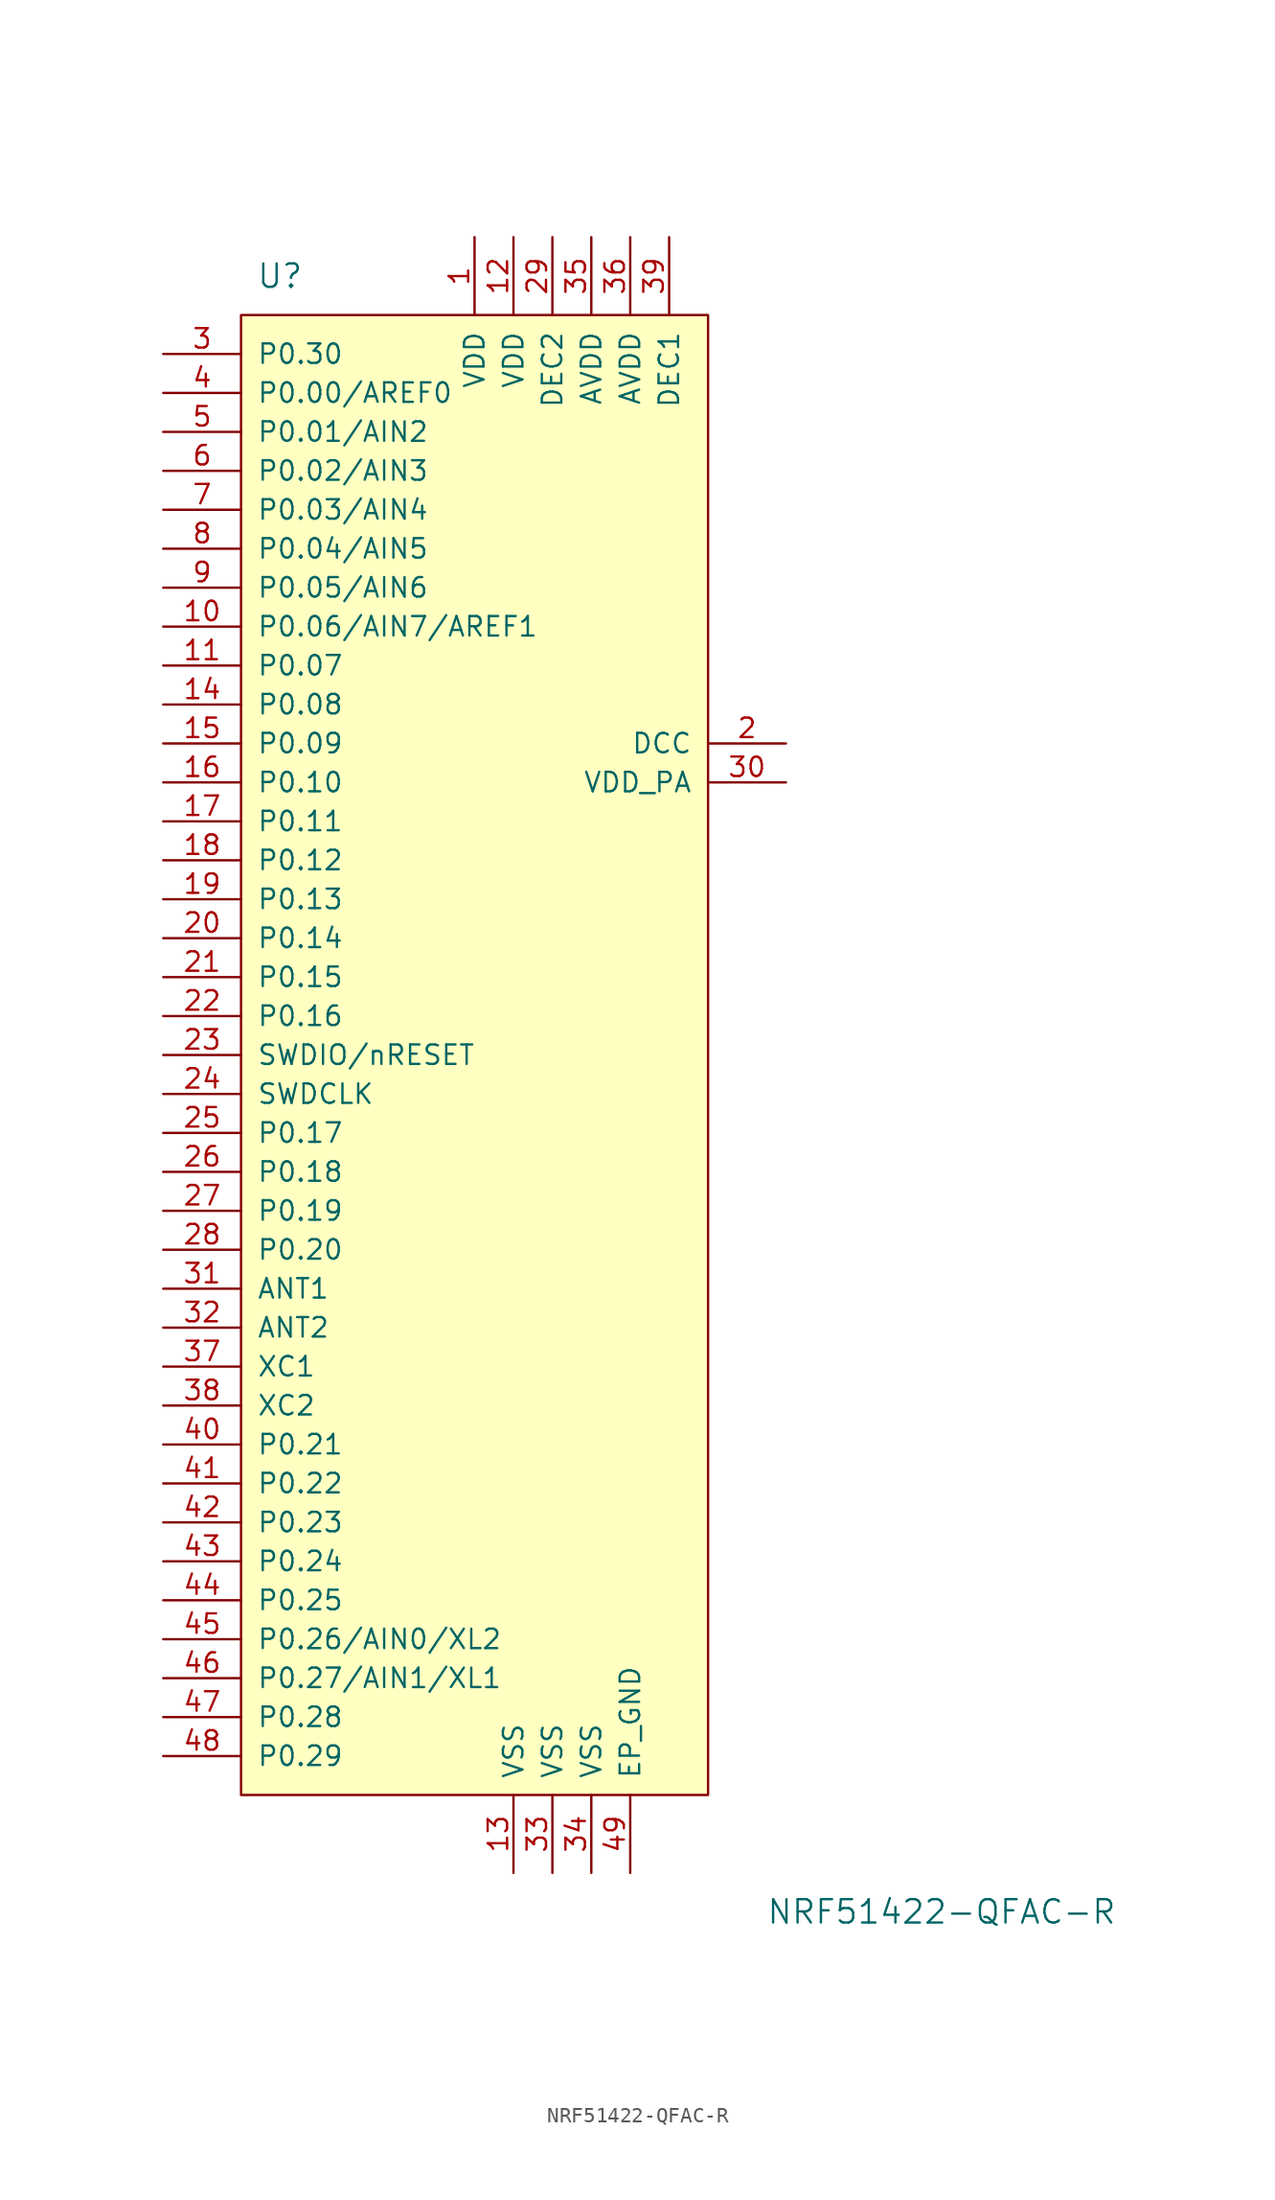
<source format=kicad_sym>
(kicad_symbol_lib
  (version 20220914)
  (generator kicad_symbol_editor)
  (symbol "NRF51422-QFAC-R"
    (pin_names
      (offset 1.016))
    (property "Reference" "U"
      (at -17.78 45.72 0)
      (effects (font (size 1.524 1.524))))
    (property "Value" "NRF51422-QFAC-R"
      (at 25.4 -60.96 0)
      (effects (font (size 1.524 1.524))))
    (symbol "NRF51422-QFAC-R_0_1"
      (rectangle (start -20.32 43.18) (end 10.16 -53.34) (stroke (width 0) (type solid)) (fill (type background))))
    (symbol "NRF51422-QFAC-R_1_1"
      (pin power_in line (at -5.08 48.26 270) (length 5.08) (name "VDD" (effects (font (size 1.27 1.27)))) (number "1" (effects (font (size 1.27 1.27)))))
      (pin bidirectional line (at -25.4 22.86 0) (length 5.08) (name "P0.06/AIN7/AREF1" (effects (font (size 1.27 1.27)))) (number "10" (effects (font (size 1.27 1.27)))))
      (pin bidirectional line (at -25.4 20.32 0) (length 5.08) (name "P0.07" (effects (font (size 1.27 1.27)))) (number "11" (effects (font (size 1.27 1.27)))))
      (pin power_in line (at -2.54 48.26 270) (length 5.08) (name "VDD" (effects (font (size 1.27 1.27)))) (number "12" (effects (font (size 1.27 1.27)))))
      (pin power_in line (at -2.54 -58.42 90) (length 5.08) (name "VSS" (effects (font (size 1.27 1.27)))) (number "13" (effects (font (size 1.27 1.27)))))
      (pin bidirectional line (at -25.4 17.78 0) (length 5.08) (name "P0.08" (effects (font (size 1.27 1.27)))) (number "14" (effects (font (size 1.27 1.27)))))
      (pin bidirectional line (at -25.4 15.24 0) (length 5.08) (name "P0.09" (effects (font (size 1.27 1.27)))) (number "15" (effects (font (size 1.27 1.27)))))
      (pin bidirectional line (at -25.4 12.7 0) (length 5.08) (name "P0.10" (effects (font (size 1.27 1.27)))) (number "16" (effects (font (size 1.27 1.27)))))
      (pin bidirectional line (at -25.4 10.16 0) (length 5.08) (name "P0.11" (effects (font (size 1.27 1.27)))) (number "17" (effects (font (size 1.27 1.27)))))
      (pin bidirectional line (at -25.4 7.62 0) (length 5.08) (name "P0.12" (effects (font (size 1.27 1.27)))) (number "18" (effects (font (size 1.27 1.27)))))
      (pin bidirectional line (at -25.4 5.08 0) (length 5.08) (name "P0.13" (effects (font (size 1.27 1.27)))) (number "19" (effects (font (size 1.27 1.27)))))
      (pin power_out line (at 15.24 15.24 180) (length 5.08) (name "DCC" (effects (font (size 1.27 1.27)))) (number "2" (effects (font (size 1.27 1.27)))))
      (pin bidirectional line (at -25.4 2.54 0) (length 5.08) (name "P0.14" (effects (font (size 1.27 1.27)))) (number "20" (effects (font (size 1.27 1.27)))))
      (pin bidirectional line (at -25.4 0 0) (length 5.08) (name "P0.15" (effects (font (size 1.27 1.27)))) (number "21" (effects (font (size 1.27 1.27)))))
      (pin bidirectional line (at -25.4 -2.54 0) (length 5.08) (name "P0.16" (effects (font (size 1.27 1.27)))) (number "22" (effects (font (size 1.27 1.27)))))
      (pin bidirectional line (at -25.4 -5.08 0) (length 5.08) (name "SWDIO/nRESET" (effects (font (size 1.27 1.27)))) (number "23" (effects (font (size 1.27 1.27)))))
      (pin input line (at -25.4 -7.62 0) (length 5.08) (name "SWDCLK" (effects (font (size 1.27 1.27)))) (number "24" (effects (font (size 1.27 1.27)))))
      (pin bidirectional line (at -25.4 -10.16 0) (length 5.08) (name "P0.17" (effects (font (size 1.27 1.27)))) (number "25" (effects (font (size 1.27 1.27)))))
      (pin bidirectional line (at -25.4 -12.7 0) (length 5.08) (name "P0.18" (effects (font (size 1.27 1.27)))) (number "26" (effects (font (size 1.27 1.27)))))
      (pin bidirectional line (at -25.4 -15.24 0) (length 5.08) (name "P0.19" (effects (font (size 1.27 1.27)))) (number "27" (effects (font (size 1.27 1.27)))))
      (pin bidirectional line (at -25.4 -17.78 0) (length 5.08) (name "P0.20" (effects (font (size 1.27 1.27)))) (number "28" (effects (font (size 1.27 1.27)))))
      (pin power_in line (at 0 48.26 270) (length 5.08) (name "DEC2" (effects (font (size 1.27 1.27)))) (number "29" (effects (font (size 1.27 1.27)))))
      (pin bidirectional line (at -25.4 40.64 0) (length 5.08) (name "P0.30" (effects (font (size 1.27 1.27)))) (number "3" (effects (font (size 1.27 1.27)))))
      (pin power_out line (at 15.24 12.7 180) (length 5.08) (name "VDD_PA" (effects (font (size 1.27 1.27)))) (number "30" (effects (font (size 1.27 1.27)))))
      (pin input line (at -25.4 -20.32 0) (length 5.08) (name "ANT1" (effects (font (size 1.27 1.27)))) (number "31" (effects (font (size 1.27 1.27)))))
      (pin input line (at -25.4 -22.86 0) (length 5.08) (name "ANT2" (effects (font (size 1.27 1.27)))) (number "32" (effects (font (size 1.27 1.27)))))
      (pin power_in line (at 0 -58.42 90) (length 5.08) (name "VSS" (effects (font (size 1.27 1.27)))) (number "33" (effects (font (size 1.27 1.27)))))
      (pin power_in line (at 2.54 -58.42 90) (length 5.08) (name "VSS" (effects (font (size 1.27 1.27)))) (number "34" (effects (font (size 1.27 1.27)))))
      (pin power_in line (at 2.54 48.26 270) (length 5.08) (name "AVDD" (effects (font (size 1.27 1.27)))) (number "35" (effects (font (size 1.27 1.27)))))
      (pin power_in line (at 5.08 48.26 270) (length 5.08) (name "AVDD" (effects (font (size 1.27 1.27)))) (number "36" (effects (font (size 1.27 1.27)))))
      (pin input line (at -25.4 -25.4 0) (length 5.08) (name "XC1" (effects (font (size 1.27 1.27)))) (number "37" (effects (font (size 1.27 1.27)))))
      (pin input line (at -25.4 -27.94 0) (length 5.08) (name "XC2" (effects (font (size 1.27 1.27)))) (number "38" (effects (font (size 1.27 1.27)))))
      (pin power_in line (at 7.62 48.26 270) (length 5.08) (name "DEC1" (effects (font (size 1.27 1.27)))) (number "39" (effects (font (size 1.27 1.27)))))
      (pin bidirectional line (at -25.4 38.1 0) (length 5.08) (name "P0.00/AREF0" (effects (font (size 1.27 1.27)))) (number "4" (effects (font (size 1.27 1.27)))))
      (pin bidirectional line (at -25.4 -30.48 0) (length 5.08) (name "P0.21" (effects (font (size 1.27 1.27)))) (number "40" (effects (font (size 1.27 1.27)))))
      (pin bidirectional line (at -25.4 -33.02 0) (length 5.08) (name "P0.22" (effects (font (size 1.27 1.27)))) (number "41" (effects (font (size 1.27 1.27)))))
      (pin bidirectional line (at -25.4 -35.56 0) (length 5.08) (name "P0.23" (effects (font (size 1.27 1.27)))) (number "42" (effects (font (size 1.27 1.27)))))
      (pin bidirectional line (at -25.4 -38.1 0) (length 5.08) (name "P0.24" (effects (font (size 1.27 1.27)))) (number "43" (effects (font (size 1.27 1.27)))))
      (pin bidirectional line (at -25.4 -40.64 0) (length 5.08) (name "P0.25" (effects (font (size 1.27 1.27)))) (number "44" (effects (font (size 1.27 1.27)))))
      (pin bidirectional line (at -25.4 -43.18 0) (length 5.08) (name "P0.26/AIN0/XL2" (effects (font (size 1.27 1.27)))) (number "45" (effects (font (size 1.27 1.27)))))
      (pin bidirectional line (at -25.4 -45.72 0) (length 5.08) (name "P0.27/AIN1/XL1" (effects (font (size 1.27 1.27)))) (number "46" (effects (font (size 1.27 1.27)))))
      (pin bidirectional line (at -25.4 -48.26 0) (length 5.08) (name "P0.28" (effects (font (size 1.27 1.27)))) (number "47" (effects (font (size 1.27 1.27)))))
      (pin bidirectional line (at -25.4 -50.8 0) (length 5.08) (name "P0.29" (effects (font (size 1.27 1.27)))) (number "48" (effects (font (size 1.27 1.27)))))
      (pin power_in line (at 5.08 -58.42 90) (length 5.08) (name "EP_GND" (effects (font (size 1.27 1.27)))) (number "49" (effects (font (size 1.27 1.27)))))
      (pin bidirectional line (at -25.4 35.56 0) (length 5.08) (name "P0.01/AIN2" (effects (font (size 1.27 1.27)))) (number "5" (effects (font (size 1.27 1.27)))))
      (pin bidirectional line (at -25.4 33.02 0) (length 5.08) (name "P0.02/AIN3" (effects (font (size 1.27 1.27)))) (number "6" (effects (font (size 1.27 1.27)))))
      (pin bidirectional line (at -25.4 30.48 0) (length 5.08) (name "P0.03/AIN4" (effects (font (size 1.27 1.27)))) (number "7" (effects (font (size 1.27 1.27)))))
      (pin bidirectional line (at -25.4 27.94 0) (length 5.08) (name "P0.04/AIN5" (effects (font (size 1.27 1.27)))) (number "8" (effects (font (size 1.27 1.27)))))
      (pin bidirectional line (at -25.4 25.4 0) (length 5.08) (name "P0.05/AIN6" (effects (font (size 1.27 1.27)))) (number "9" (effects (font (size 1.27 1.27))))))))
</source>
